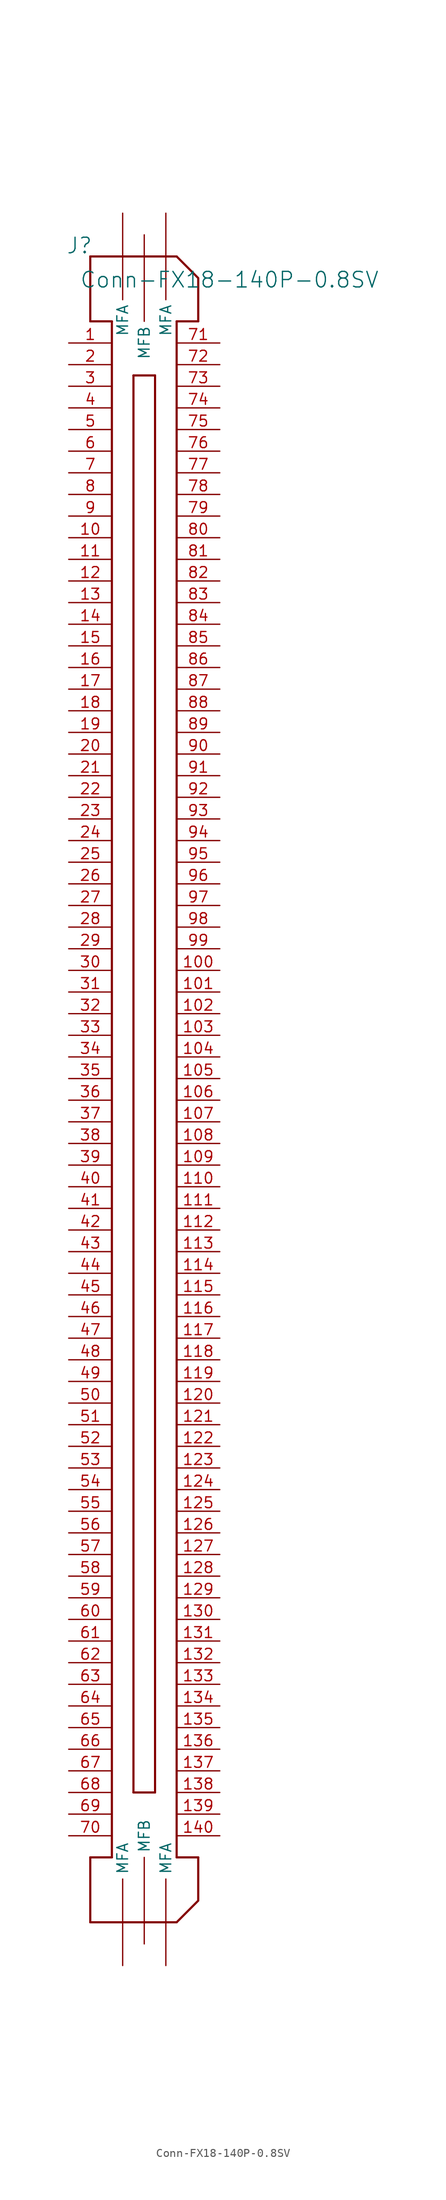
<source format=kicad_sym>
(kicad_symbol_lib
  (version 20231120)
  (generator "kicad_symbol_editor")
  (generator_version "8.0")
  (symbol "Conn-FX18-140P-0.8SV"
    (property "Reference" "J"
      (at -1.27 1.27 0)
      (effects (font (size 1.829 1.829))))
    (property "Value" "Conn-FX18-140P-0.8SV"
      (at -1.27 -3.81 0)
      (effects (font (size 1.829 1.829)) (justify left bottom)))
    (symbol "Conn-FX18-140P-0.8SV_1_0"
      (polyline (pts (xy 0 -195.58) (xy 10.16 -195.58)) (stroke (width 0.254) (type solid)) (fill (type none)))
      (polyline (pts (xy 0 -187.96) (xy 0 -195.58)) (stroke (width 0.254) (type solid)) (fill (type none)))
      (polyline (pts (xy 0 -7.62) (xy 2.54 -7.62)) (stroke (width 0.254) (type solid)) (fill (type none)))
      (polyline (pts (xy 0 0) (xy 0 -7.62)) (stroke (width 0.254) (type solid)) (fill (type none)))
      (polyline (pts (xy 2.54 -187.96) (xy 0 -187.96)) (stroke (width 0.254) (type solid)) (fill (type none)))
      (polyline (pts (xy 2.54 -7.62) (xy 2.54 -187.96)) (stroke (width 0.254) (type solid)) (fill (type none)))
      (polyline (pts (xy 5.08 -180.34) (xy 5.08 -13.97)) (stroke (width 0.254) (type solid)) (fill (type none)))
      (polyline (pts (xy 5.08 -180.34) (xy 7.62 -180.34)) (stroke (width 0.254) (type solid)) (fill (type none)))
      (polyline (pts (xy 5.08 -13.97) (xy 7.62 -13.97)) (stroke (width 0.254) (type solid)) (fill (type none)))
      (polyline (pts (xy 7.62 -13.97) (xy 7.62 -180.34)) (stroke (width 0.254) (type solid)) (fill (type none)))
      (polyline (pts (xy 10.16 -187.96) (xy 10.16 -7.62)) (stroke (width 0.254) (type solid)) (fill (type none)))
      (polyline (pts (xy 10.16 -7.62) (xy 12.7 -7.62)) (stroke (width 0.254) (type solid)) (fill (type none)))
      (polyline (pts (xy 10.16 0) (xy 0 0)) (stroke (width 0.254) (type solid)) (fill (type none)))
      (polyline (pts (xy 12.7 -187.96) (xy 10.16 -187.96)) (stroke (width 0.254) (type solid)) (fill (type none)))
      (polyline (pts (xy 10.16 -195.58) (xy 12.7 -193.04) (xy 12.7 -187.96)) (stroke (width 0.254) (type solid)) (fill (type none)))
      (polyline (pts (xy 10.16 0) (xy 12.7 -2.54) (xy 12.7 -7.62)) (stroke (width 0.254) (type solid)) (fill (type none)))
      (pin passive line (at -2.54 -10.16 0) (length 5.08) (name "1" (effects (font (size 0 0)))) (number "1" (effects (font (size 1.27 1.27)))))
      (pin passive line (at -2.54 -33.02 0) (length 5.08) (name "10" (effects (font (size 0 0)))) (number "10" (effects (font (size 1.27 1.27)))))
      (pin passive line (at 15.24 -83.82 180) (length 5.08) (name "100" (effects (font (size 0 0)))) (number "100" (effects (font (size 1.27 1.27)))))
      (pin passive line (at 15.24 -86.36 180) (length 5.08) (name "101" (effects (font (size 0 0)))) (number "101" (effects (font (size 1.27 1.27)))))
      (pin passive line (at 15.24 -88.9 180) (length 5.08) (name "102" (effects (font (size 0 0)))) (number "102" (effects (font (size 1.27 1.27)))))
      (pin passive line (at 15.24 -91.44 180) (length 5.08) (name "103" (effects (font (size 0 0)))) (number "103" (effects (font (size 1.27 1.27)))))
      (pin passive line (at 15.24 -93.98 180) (length 5.08) (name "104" (effects (font (size 0 0)))) (number "104" (effects (font (size 1.27 1.27)))))
      (pin passive line (at 15.24 -96.52 180) (length 5.08) (name "105" (effects (font (size 0 0)))) (number "105" (effects (font (size 1.27 1.27)))))
      (pin passive line (at 15.24 -99.06 180) (length 5.08) (name "106" (effects (font (size 0 0)))) (number "106" (effects (font (size 1.27 1.27)))))
      (pin passive line (at 15.24 -101.6 180) (length 5.08) (name "107" (effects (font (size 0 0)))) (number "107" (effects (font (size 1.27 1.27)))))
      (pin passive line (at 15.24 -104.14 180) (length 5.08) (name "108" (effects (font (size 0 0)))) (number "108" (effects (font (size 1.27 1.27)))))
      (pin passive line (at 15.24 -106.68 180) (length 5.08) (name "109" (effects (font (size 0 0)))) (number "109" (effects (font (size 1.27 1.27)))))
      (pin passive line (at -2.54 -35.56 0) (length 5.08) (name "11" (effects (font (size 0 0)))) (number "11" (effects (font (size 1.27 1.27)))))
      (pin passive line (at 15.24 -109.22 180) (length 5.08) (name "110" (effects (font (size 0 0)))) (number "110" (effects (font (size 1.27 1.27)))))
      (pin passive line (at 15.24 -111.76 180) (length 5.08) (name "111" (effects (font (size 0 0)))) (number "111" (effects (font (size 1.27 1.27)))))
      (pin passive line (at 15.24 -114.3 180) (length 5.08) (name "112" (effects (font (size 0 0)))) (number "112" (effects (font (size 1.27 1.27)))))
      (pin passive line (at 15.24 -116.84 180) (length 5.08) (name "113" (effects (font (size 0 0)))) (number "113" (effects (font (size 1.27 1.27)))))
      (pin passive line (at 15.24 -119.38 180) (length 5.08) (name "114" (effects (font (size 0 0)))) (number "114" (effects (font (size 1.27 1.27)))))
      (pin passive line (at 15.24 -121.92 180) (length 5.08) (name "115" (effects (font (size 0 0)))) (number "115" (effects (font (size 1.27 1.27)))))
      (pin passive line (at 15.24 -124.46 180) (length 5.08) (name "116" (effects (font (size 0 0)))) (number "116" (effects (font (size 1.27 1.27)))))
      (pin passive line (at 15.24 -127 180) (length 5.08) (name "117" (effects (font (size 0 0)))) (number "117" (effects (font (size 1.27 1.27)))))
      (pin passive line (at 15.24 -129.54 180) (length 5.08) (name "118" (effects (font (size 0 0)))) (number "118" (effects (font (size 1.27 1.27)))))
      (pin passive line (at 15.24 -132.08 180) (length 5.08) (name "119" (effects (font (size 0 0)))) (number "119" (effects (font (size 1.27 1.27)))))
      (pin passive line (at -2.54 -38.1 0) (length 5.08) (name "12" (effects (font (size 0 0)))) (number "12" (effects (font (size 1.27 1.27)))))
      (pin passive line (at 15.24 -134.62 180) (length 5.08) (name "120" (effects (font (size 0 0)))) (number "120" (effects (font (size 1.27 1.27)))))
      (pin passive line (at 15.24 -137.16 180) (length 5.08) (name "121" (effects (font (size 0 0)))) (number "121" (effects (font (size 1.27 1.27)))))
      (pin passive line (at 15.24 -139.7 180) (length 5.08) (name "122" (effects (font (size 0 0)))) (number "122" (effects (font (size 1.27 1.27)))))
      (pin passive line (at 15.24 -142.24 180) (length 5.08) (name "123" (effects (font (size 0 0)))) (number "123" (effects (font (size 1.27 1.27)))))
      (pin passive line (at 15.24 -144.78 180) (length 5.08) (name "124" (effects (font (size 0 0)))) (number "124" (effects (font (size 1.27 1.27)))))
      (pin passive line (at 15.24 -147.32 180) (length 5.08) (name "125" (effects (font (size 0 0)))) (number "125" (effects (font (size 1.27 1.27)))))
      (pin passive line (at 15.24 -149.86 180) (length 5.08) (name "126" (effects (font (size 0 0)))) (number "126" (effects (font (size 1.27 1.27)))))
      (pin passive line (at 15.24 -152.4 180) (length 5.08) (name "127" (effects (font (size 0 0)))) (number "127" (effects (font (size 1.27 1.27)))))
      (pin passive line (at 15.24 -154.94 180) (length 5.08) (name "128" (effects (font (size 0 0)))) (number "128" (effects (font (size 1.27 1.27)))))
      (pin passive line (at 15.24 -157.48 180) (length 5.08) (name "129" (effects (font (size 0 0)))) (number "129" (effects (font (size 1.27 1.27)))))
      (pin passive line (at -2.54 -40.64 0) (length 5.08) (name "13" (effects (font (size 0 0)))) (number "13" (effects (font (size 1.27 1.27)))))
      (pin passive line (at 15.24 -160.02 180) (length 5.08) (name "130" (effects (font (size 0 0)))) (number "130" (effects (font (size 1.27 1.27)))))
      (pin passive line (at 15.24 -162.56 180) (length 5.08) (name "131" (effects (font (size 0 0)))) (number "131" (effects (font (size 1.27 1.27)))))
      (pin passive line (at 15.24 -165.1 180) (length 5.08) (name "132" (effects (font (size 0 0)))) (number "132" (effects (font (size 1.27 1.27)))))
      (pin passive line (at 15.24 -167.64 180) (length 5.08) (name "133" (effects (font (size 0 0)))) (number "133" (effects (font (size 1.27 1.27)))))
      (pin passive line (at 15.24 -170.18 180) (length 5.08) (name "134" (effects (font (size 0 0)))) (number "134" (effects (font (size 1.27 1.27)))))
      (pin passive line (at 15.24 -172.72 180) (length 5.08) (name "135" (effects (font (size 0 0)))) (number "135" (effects (font (size 1.27 1.27)))))
      (pin passive line (at 15.24 -175.26 180) (length 5.08) (name "136" (effects (font (size 0 0)))) (number "136" (effects (font (size 1.27 1.27)))))
      (pin passive line (at 15.24 -177.8 180) (length 5.08) (name "137" (effects (font (size 0 0)))) (number "137" (effects (font (size 1.27 1.27)))))
      (pin passive line (at 15.24 -180.34 180) (length 5.08) (name "138" (effects (font (size 0 0)))) (number "138" (effects (font (size 1.27 1.27)))))
      (pin passive line (at 15.24 -182.88 180) (length 5.08) (name "139" (effects (font (size 0 0)))) (number "139" (effects (font (size 1.27 1.27)))))
      (pin passive line (at -2.54 -43.18 0) (length 5.08) (name "14" (effects (font (size 0 0)))) (number "14" (effects (font (size 1.27 1.27)))))
      (pin passive line (at 15.24 -185.42 180) (length 5.08) (name "140" (effects (font (size 0 0)))) (number "140" (effects (font (size 1.27 1.27)))))
      (pin passive line (at 3.81 5.08 270) (length 10.16) (name "MFA" (effects (font (size 1.27 1.27)))) (number "141" (effects (font (size 0 0)))))
      (pin passive line (at 6.35 2.54 270) (length 10.16) (name "MFB" (effects (font (size 1.27 1.27)))) (number "142" (effects (font (size 0 0)))))
      (pin passive line (at 8.89 5.08 270) (length 10.16) (name "MFA" (effects (font (size 1.27 1.27)))) (number "143" (effects (font (size 0 0)))))
      (pin passive line (at 3.81 -200.66 90) (length 10.16) (name "MFA" (effects (font (size 1.27 1.27)))) (number "144" (effects (font (size 0 0)))))
      (pin passive line (at 6.35 -198.12 90) (length 10.16) (name "MFB" (effects (font (size 1.27 1.27)))) (number "145" (effects (font (size 0 0)))))
      (pin passive line (at 8.89 -200.66 90) (length 10.16) (name "MFA" (effects (font (size 1.27 1.27)))) (number "146" (effects (font (size 0 0)))))
      (pin passive line (at -2.54 -45.72 0) (length 5.08) (name "15" (effects (font (size 0 0)))) (number "15" (effects (font (size 1.27 1.27)))))
      (pin passive line (at -2.54 -48.26 0) (length 5.08) (name "16" (effects (font (size 0 0)))) (number "16" (effects (font (size 1.27 1.27)))))
      (pin passive line (at -2.54 -50.8 0) (length 5.08) (name "17" (effects (font (size 0 0)))) (number "17" (effects (font (size 1.27 1.27)))))
      (pin passive line (at -2.54 -53.34 0) (length 5.08) (name "18" (effects (font (size 0 0)))) (number "18" (effects (font (size 1.27 1.27)))))
      (pin passive line (at -2.54 -55.88 0) (length 5.08) (name "19" (effects (font (size 0 0)))) (number "19" (effects (font (size 1.27 1.27)))))
      (pin passive line (at -2.54 -12.7 0) (length 5.08) (name "2" (effects (font (size 0 0)))) (number "2" (effects (font (size 1.27 1.27)))))
      (pin passive line (at -2.54 -58.42 0) (length 5.08) (name "20" (effects (font (size 0 0)))) (number "20" (effects (font (size 1.27 1.27)))))
      (pin passive line (at -2.54 -60.96 0) (length 5.08) (name "21" (effects (font (size 0 0)))) (number "21" (effects (font (size 1.27 1.27)))))
      (pin passive line (at -2.54 -63.5 0) (length 5.08) (name "22" (effects (font (size 0 0)))) (number "22" (effects (font (size 1.27 1.27)))))
      (pin passive line (at -2.54 -66.04 0) (length 5.08) (name "23" (effects (font (size 0 0)))) (number "23" (effects (font (size 1.27 1.27)))))
      (pin passive line (at -2.54 -68.58 0) (length 5.08) (name "24" (effects (font (size 0 0)))) (number "24" (effects (font (size 1.27 1.27)))))
      (pin passive line (at -2.54 -71.12 0) (length 5.08) (name "25" (effects (font (size 0 0)))) (number "25" (effects (font (size 1.27 1.27)))))
      (pin passive line (at -2.54 -73.66 0) (length 5.08) (name "26" (effects (font (size 0 0)))) (number "26" (effects (font (size 1.27 1.27)))))
      (pin passive line (at -2.54 -76.2 0) (length 5.08) (name "27" (effects (font (size 0 0)))) (number "27" (effects (font (size 1.27 1.27)))))
      (pin passive line (at -2.54 -78.74 0) (length 5.08) (name "28" (effects (font (size 0 0)))) (number "28" (effects (font (size 1.27 1.27)))))
      (pin passive line (at -2.54 -81.28 0) (length 5.08) (name "29" (effects (font (size 0 0)))) (number "29" (effects (font (size 1.27 1.27)))))
      (pin passive line (at -2.54 -15.24 0) (length 5.08) (name "3" (effects (font (size 0 0)))) (number "3" (effects (font (size 1.27 1.27)))))
      (pin passive line (at -2.54 -83.82 0) (length 5.08) (name "30" (effects (font (size 0 0)))) (number "30" (effects (font (size 1.27 1.27)))))
      (pin passive line (at -2.54 -86.36 0) (length 5.08) (name "31" (effects (font (size 0 0)))) (number "31" (effects (font (size 1.27 1.27)))))
      (pin passive line (at -2.54 -88.9 0) (length 5.08) (name "32" (effects (font (size 0 0)))) (number "32" (effects (font (size 1.27 1.27)))))
      (pin passive line (at -2.54 -91.44 0) (length 5.08) (name "33" (effects (font (size 0 0)))) (number "33" (effects (font (size 1.27 1.27)))))
      (pin passive line (at -2.54 -93.98 0) (length 5.08) (name "34" (effects (font (size 0 0)))) (number "34" (effects (font (size 1.27 1.27)))))
      (pin passive line (at -2.54 -96.52 0) (length 5.08) (name "35" (effects (font (size 0 0)))) (number "35" (effects (font (size 1.27 1.27)))))
      (pin passive line (at -2.54 -99.06 0) (length 5.08) (name "36" (effects (font (size 0 0)))) (number "36" (effects (font (size 1.27 1.27)))))
      (pin passive line (at -2.54 -101.6 0) (length 5.08) (name "37" (effects (font (size 0 0)))) (number "37" (effects (font (size 1.27 1.27)))))
      (pin passive line (at -2.54 -104.14 0) (length 5.08) (name "38" (effects (font (size 0 0)))) (number "38" (effects (font (size 1.27 1.27)))))
      (pin passive line (at -2.54 -106.68 0) (length 5.08) (name "39" (effects (font (size 0 0)))) (number "39" (effects (font (size 1.27 1.27)))))
      (pin passive line (at -2.54 -17.78 0) (length 5.08) (name "4" (effects (font (size 0 0)))) (number "4" (effects (font (size 1.27 1.27)))))
      (pin passive line (at -2.54 -109.22 0) (length 5.08) (name "40" (effects (font (size 0 0)))) (number "40" (effects (font (size 1.27 1.27)))))
      (pin passive line (at -2.54 -111.76 0) (length 5.08) (name "41" (effects (font (size 0 0)))) (number "41" (effects (font (size 1.27 1.27)))))
      (pin passive line (at -2.54 -114.3 0) (length 5.08) (name "42" (effects (font (size 0 0)))) (number "42" (effects (font (size 1.27 1.27)))))
      (pin passive line (at -2.54 -116.84 0) (length 5.08) (name "43" (effects (font (size 0 0)))) (number "43" (effects (font (size 1.27 1.27)))))
      (pin passive line (at -2.54 -119.38 0) (length 5.08) (name "44" (effects (font (size 0 0)))) (number "44" (effects (font (size 1.27 1.27)))))
      (pin passive line (at -2.54 -121.92 0) (length 5.08) (name "45" (effects (font (size 0 0)))) (number "45" (effects (font (size 1.27 1.27)))))
      (pin passive line (at -2.54 -124.46 0) (length 5.08) (name "46" (effects (font (size 0 0)))) (number "46" (effects (font (size 1.27 1.27)))))
      (pin passive line (at -2.54 -127 0) (length 5.08) (name "47" (effects (font (size 0 0)))) (number "47" (effects (font (size 1.27 1.27)))))
      (pin passive line (at -2.54 -129.54 0) (length 5.08) (name "48" (effects (font (size 0 0)))) (number "48" (effects (font (size 1.27 1.27)))))
      (pin passive line (at -2.54 -132.08 0) (length 5.08) (name "49" (effects (font (size 0 0)))) (number "49" (effects (font (size 1.27 1.27)))))
      (pin passive line (at -2.54 -20.32 0) (length 5.08) (name "5" (effects (font (size 0 0)))) (number "5" (effects (font (size 1.27 1.27)))))
      (pin passive line (at -2.54 -134.62 0) (length 5.08) (name "50" (effects (font (size 0 0)))) (number "50" (effects (font (size 1.27 1.27)))))
      (pin passive line (at -2.54 -137.16 0) (length 5.08) (name "51" (effects (font (size 0 0)))) (number "51" (effects (font (size 1.27 1.27)))))
      (pin passive line (at -2.54 -139.7 0) (length 5.08) (name "52" (effects (font (size 0 0)))) (number "52" (effects (font (size 1.27 1.27)))))
      (pin passive line (at -2.54 -142.24 0) (length 5.08) (name "53" (effects (font (size 0 0)))) (number "53" (effects (font (size 1.27 1.27)))))
      (pin passive line (at -2.54 -144.78 0) (length 5.08) (name "54" (effects (font (size 0 0)))) (number "54" (effects (font (size 1.27 1.27)))))
      (pin passive line (at -2.54 -147.32 0) (length 5.08) (name "55" (effects (font (size 0 0)))) (number "55" (effects (font (size 1.27 1.27)))))
      (pin passive line (at -2.54 -149.86 0) (length 5.08) (name "56" (effects (font (size 0 0)))) (number "56" (effects (font (size 1.27 1.27)))))
      (pin passive line (at -2.54 -152.4 0) (length 5.08) (name "57" (effects (font (size 0 0)))) (number "57" (effects (font (size 1.27 1.27)))))
      (pin passive line (at -2.54 -154.94 0) (length 5.08) (name "58" (effects (font (size 0 0)))) (number "58" (effects (font (size 1.27 1.27)))))
      (pin passive line (at -2.54 -157.48 0) (length 5.08) (name "59" (effects (font (size 0 0)))) (number "59" (effects (font (size 1.27 1.27)))))
      (pin passive line (at -2.54 -22.86 0) (length 5.08) (name "6" (effects (font (size 0 0)))) (number "6" (effects (font (size 1.27 1.27)))))
      (pin passive line (at -2.54 -160.02 0) (length 5.08) (name "60" (effects (font (size 0 0)))) (number "60" (effects (font (size 1.27 1.27)))))
      (pin passive line (at -2.54 -162.56 0) (length 5.08) (name "61" (effects (font (size 0 0)))) (number "61" (effects (font (size 1.27 1.27)))))
      (pin passive line (at -2.54 -165.1 0) (length 5.08) (name "62" (effects (font (size 0 0)))) (number "62" (effects (font (size 1.27 1.27)))))
      (pin passive line (at -2.54 -167.64 0) (length 5.08) (name "63" (effects (font (size 0 0)))) (number "63" (effects (font (size 1.27 1.27)))))
      (pin passive line (at -2.54 -170.18 0) (length 5.08) (name "64" (effects (font (size 0 0)))) (number "64" (effects (font (size 1.27 1.27)))))
      (pin passive line (at -2.54 -172.72 0) (length 5.08) (name "65" (effects (font (size 0 0)))) (number "65" (effects (font (size 1.27 1.27)))))
      (pin passive line (at -2.54 -175.26 0) (length 5.08) (name "66" (effects (font (size 0 0)))) (number "66" (effects (font (size 1.27 1.27)))))
      (pin passive line (at -2.54 -177.8 0) (length 5.08) (name "67" (effects (font (size 0 0)))) (number "67" (effects (font (size 1.27 1.27)))))
      (pin passive line (at -2.54 -180.34 0) (length 5.08) (name "68" (effects (font (size 0 0)))) (number "68" (effects (font (size 1.27 1.27)))))
      (pin passive line (at -2.54 -182.88 0) (length 5.08) (name "69" (effects (font (size 0 0)))) (number "69" (effects (font (size 1.27 1.27)))))
      (pin passive line (at -2.54 -25.4 0) (length 5.08) (name "7" (effects (font (size 0 0)))) (number "7" (effects (font (size 1.27 1.27)))))
      (pin passive line (at -2.54 -185.42 0) (length 5.08) (name "70" (effects (font (size 0 0)))) (number "70" (effects (font (size 1.27 1.27)))))
      (pin passive line (at 15.24 -10.16 180) (length 5.08) (name "71" (effects (font (size 0 0)))) (number "71" (effects (font (size 1.27 1.27)))))
      (pin passive line (at 15.24 -12.7 180) (length 5.08) (name "72" (effects (font (size 0 0)))) (number "72" (effects (font (size 1.27 1.27)))))
      (pin passive line (at 15.24 -15.24 180) (length 5.08) (name "73" (effects (font (size 0 0)))) (number "73" (effects (font (size 1.27 1.27)))))
      (pin passive line (at 15.24 -17.78 180) (length 5.08) (name "74" (effects (font (size 0 0)))) (number "74" (effects (font (size 1.27 1.27)))))
      (pin passive line (at 15.24 -20.32 180) (length 5.08) (name "75" (effects (font (size 0 0)))) (number "75" (effects (font (size 1.27 1.27)))))
      (pin passive line (at 15.24 -22.86 180) (length 5.08) (name "76" (effects (font (size 0 0)))) (number "76" (effects (font (size 1.27 1.27)))))
      (pin passive line (at 15.24 -25.4 180) (length 5.08) (name "77" (effects (font (size 0 0)))) (number "77" (effects (font (size 1.27 1.27)))))
      (pin passive line (at 15.24 -27.94 180) (length 5.08) (name "78" (effects (font (size 0 0)))) (number "78" (effects (font (size 1.27 1.27)))))
      (pin passive line (at 15.24 -30.48 180) (length 5.08) (name "79" (effects (font (size 0 0)))) (number "79" (effects (font (size 1.27 1.27)))))
      (pin passive line (at -2.54 -27.94 0) (length 5.08) (name "8" (effects (font (size 0 0)))) (number "8" (effects (font (size 1.27 1.27)))))
      (pin passive line (at 15.24 -33.02 180) (length 5.08) (name "80" (effects (font (size 0 0)))) (number "80" (effects (font (size 1.27 1.27)))))
      (pin passive line (at 15.24 -35.56 180) (length 5.08) (name "81" (effects (font (size 0 0)))) (number "81" (effects (font (size 1.27 1.27)))))
      (pin passive line (at 15.24 -38.1 180) (length 5.08) (name "82" (effects (font (size 0 0)))) (number "82" (effects (font (size 1.27 1.27)))))
      (pin passive line (at 15.24 -40.64 180) (length 5.08) (name "83" (effects (font (size 0 0)))) (number "83" (effects (font (size 1.27 1.27)))))
      (pin passive line (at 15.24 -43.18 180) (length 5.08) (name "84" (effects (font (size 0 0)))) (number "84" (effects (font (size 1.27 1.27)))))
      (pin passive line (at 15.24 -45.72 180) (length 5.08) (name "85" (effects (font (size 0 0)))) (number "85" (effects (font (size 1.27 1.27)))))
      (pin passive line (at 15.24 -48.26 180) (length 5.08) (name "86" (effects (font (size 0 0)))) (number "86" (effects (font (size 1.27 1.27)))))
      (pin passive line (at 15.24 -50.8 180) (length 5.08) (name "87" (effects (font (size 0 0)))) (number "87" (effects (font (size 1.27 1.27)))))
      (pin passive line (at 15.24 -53.34 180) (length 5.08) (name "88" (effects (font (size 0 0)))) (number "88" (effects (font (size 1.27 1.27)))))
      (pin passive line (at 15.24 -55.88 180) (length 5.08) (name "89" (effects (font (size 0 0)))) (number "89" (effects (font (size 1.27 1.27)))))
      (pin passive line (at -2.54 -30.48 0) (length 5.08) (name "9" (effects (font (size 0 0)))) (number "9" (effects (font (size 1.27 1.27)))))
      (pin passive line (at 15.24 -58.42 180) (length 5.08) (name "90" (effects (font (size 0 0)))) (number "90" (effects (font (size 1.27 1.27)))))
      (pin passive line (at 15.24 -60.96 180) (length 5.08) (name "91" (effects (font (size 0 0)))) (number "91" (effects (font (size 1.27 1.27)))))
      (pin passive line (at 15.24 -63.5 180) (length 5.08) (name "92" (effects (font (size 0 0)))) (number "92" (effects (font (size 1.27 1.27)))))
      (pin passive line (at 15.24 -66.04 180) (length 5.08) (name "93" (effects (font (size 0 0)))) (number "93" (effects (font (size 1.27 1.27)))))
      (pin passive line (at 15.24 -68.58 180) (length 5.08) (name "94" (effects (font (size 0 0)))) (number "94" (effects (font (size 1.27 1.27)))))
      (pin passive line (at 15.24 -71.12 180) (length 5.08) (name "95" (effects (font (size 0 0)))) (number "95" (effects (font (size 1.27 1.27)))))
      (pin passive line (at 15.24 -73.66 180) (length 5.08) (name "96" (effects (font (size 0 0)))) (number "96" (effects (font (size 1.27 1.27)))))
      (pin passive line (at 15.24 -76.2 180) (length 5.08) (name "97" (effects (font (size 0 0)))) (number "97" (effects (font (size 1.27 1.27)))))
      (pin passive line (at 15.24 -78.74 180) (length 5.08) (name "98" (effects (font (size 0 0)))) (number "98" (effects (font (size 1.27 1.27)))))
      (pin passive line (at 15.24 -81.28 180) (length 5.08) (name "99" (effects (font (size 0 0)))) (number "99" (effects (font (size 1.27 1.27))))))))
</source>
